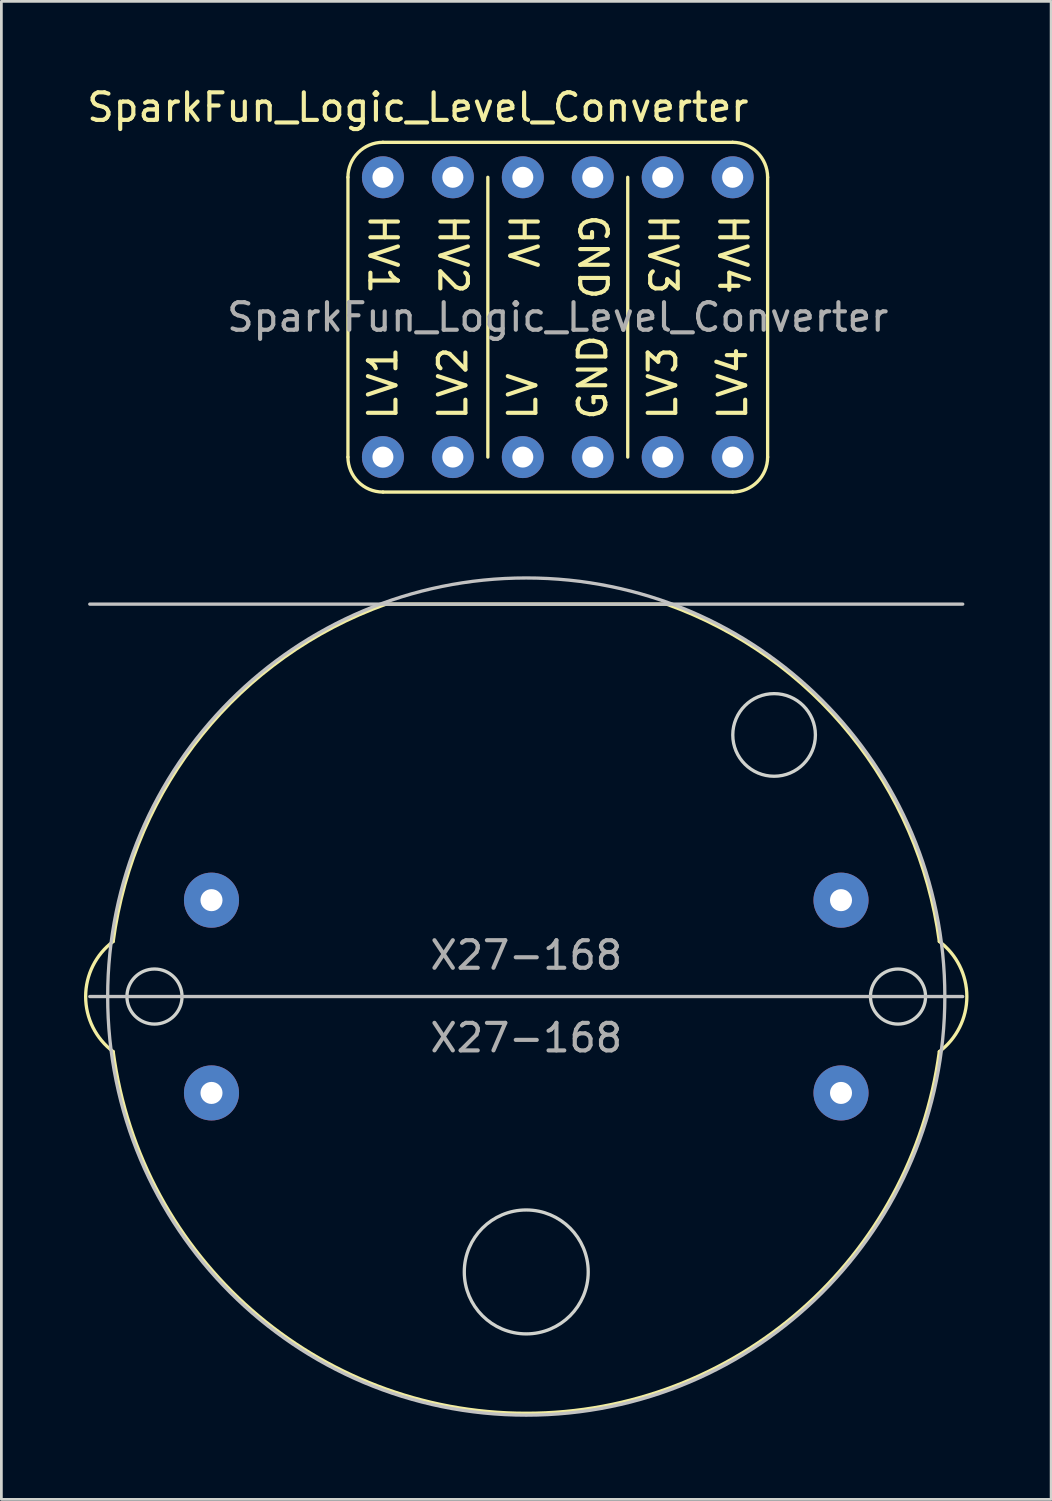
<source format=kicad_pcb>
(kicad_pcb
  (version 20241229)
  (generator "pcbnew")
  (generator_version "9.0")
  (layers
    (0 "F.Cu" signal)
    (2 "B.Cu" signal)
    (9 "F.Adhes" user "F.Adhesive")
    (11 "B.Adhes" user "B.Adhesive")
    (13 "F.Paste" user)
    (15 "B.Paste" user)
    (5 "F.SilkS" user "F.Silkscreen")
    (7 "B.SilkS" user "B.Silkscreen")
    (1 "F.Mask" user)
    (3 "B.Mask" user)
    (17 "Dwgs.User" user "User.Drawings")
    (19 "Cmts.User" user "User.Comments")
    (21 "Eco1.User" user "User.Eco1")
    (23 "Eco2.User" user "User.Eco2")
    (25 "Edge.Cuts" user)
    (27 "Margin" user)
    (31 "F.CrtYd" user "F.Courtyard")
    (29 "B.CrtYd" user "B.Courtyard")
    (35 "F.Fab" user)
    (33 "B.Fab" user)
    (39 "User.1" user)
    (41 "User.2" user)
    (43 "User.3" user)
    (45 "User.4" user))
  (footprint "X27-168"
    (layer "F.Cu")
    (at 16.06 33.138)
    (property "Reference" "X27-168" (at 0 -1.5 0) (unlocked yes) (layer "F.Fab") (effects (font (size 1 1) (thickness 0.15))))
    (attr through_hole)
    (fp_line (start -5.09 -14.251) (end 5.09 -14.251) (stroke (width 0.12) (type default)) (layer "F.SilkS"))
    (fp_arc (start -15 2) (mid -16 0) (end -15 -2) (stroke (width 0.12) (type default)) (layer "F.SilkS"))
    (fp_arc (start -14.999999 -2) (mid -11.765268 -9.51727) (end -5.089693 -14.25114) (stroke (width 0.12) (type default)) (layer "F.SilkS"))
    (fp_arc (start 5.089693 -14.251139) (mid 11.765267 -9.51727) (end 14.999998 -2.000001) (stroke (width 0.12) (type default)) (layer "F.SilkS"))
    (fp_arc (start 14.999999 2) (mid 0 15.132745) (end -14.999999 2) (stroke (width 0.12) (type default)) (layer "F.SilkS"))
    (fp_arc (start 15 -2) (mid 16 0) (end 15 2) (stroke (width 0.12) (type default)) (layer "F.SilkS"))
    (fp_line (start 15.85 -14.25) (end -15.85 -14.25) (stroke (width 0.12) (type default)) (layer "Dwgs.User"))
    (fp_line (start 15.85 0) (end -15.85 0) (stroke (width 0.12) (type default)) (layer "Dwgs.User"))
    (fp_circle (center 0 0) (end -15.2 0) (stroke (width 0.12) (type default)) (fill no) (layer "Dwgs.User"))
    (fp_circle (center -13.5 0) (end -12.5 0) (stroke (width 0.12) (type default)) (fill no) (layer "Edge.Cuts"))
    (fp_circle (center 0 10) (end 2.25 10) (stroke (width 0.12) (type default)) (fill no) (layer "Edge.Cuts"))
    (fp_circle (center 9 -9.5) (end 10.5 -9.5) (stroke (width 0.12) (type default)) (fill no) (layer "Edge.Cuts"))
    (fp_circle (center 13.5 0) (end 14.5 0) (stroke (width 0.12) (type default)) (fill no) (layer "Edge.Cuts"))
    (fp_text user "${REFERENCE}" (at 0 1.5 0) (unlocked yes) (layer "F.Fab") (effects (font (size 1 1) (thickness 0.15))))
    (pad "1" thru_hole circle (at -11.43 -3.5) (size 2 2) (drill 0.8) (layers "*.Cu" "*.Mask"))
    (pad "2" thru_hole circle (at -11.43 3.5) (size 2 2) (drill 0.8) (layers "*.Cu" "*.Mask"))
    (pad "3" thru_hole circle (at 11.43 -3.5) (size 2 2) (drill 0.8) (layers "*.Cu" "*.Mask"))
    (pad "4" thru_hole circle (at 11.43 3.5) (size 2 2) (drill 0.8) (layers "*.Cu" "*.Mask")))
  (footprint "SparkFun_Logic_Level_Converter"
    (layer "F.Cu")
    (at 17.205 8.468)
    (property "Reference" "SparkFun_Logic_Level_Converter" (at -5.08 -7.62 0) (unlocked yes) (layer "F.SilkS") (effects (font (size 1 1) (thickness 0.15))))
    (attr through_hole)
    (fp_line (start -7.62 5.08) (end -7.62 -5.08) (stroke (width 0.12) (type solid)) (layer "F.SilkS"))
    (fp_line (start -6.35 -6.35) (end 6.35 -6.35) (stroke (width 0.12) (type solid)) (layer "F.SilkS"))
    (fp_line (start -2.54 -5.08) (end -2.54 5.08) (stroke (width 0.12) (type solid)) (layer "F.SilkS"))
    (fp_line (start 2.54 -5.08) (end 2.54 5.08) (stroke (width 0.12) (type solid)) (layer "F.SilkS"))
    (fp_line (start 6.35 6.35) (end -6.35 6.35) (stroke (width 0.12) (type solid)) (layer "F.SilkS"))
    (fp_line (start 7.62 -5.08) (end 7.62 5.08) (stroke (width 0.12) (type solid)) (layer "F.SilkS"))
    (fp_arc (start -7.62 -5.08) (mid -7.248026 -5.978026) (end -6.35 -6.35) (stroke (width 0.12) (type solid)) (layer "F.SilkS"))
    (fp_arc (start -6.35 6.35) (mid -7.248026 5.978026) (end -7.62 5.08) (stroke (width 0.12) (type solid)) (layer "F.SilkS"))
    (fp_arc (start 6.35 -6.35) (mid 7.248026 -5.978026) (end 7.62 -5.08) (stroke (width 0.12) (type solid)) (layer "F.SilkS"))
    (fp_arc (start 7.62 5.08) (mid 7.248026 5.978026) (end 6.35 6.35) (stroke (width 0.12) (type solid)) (layer "F.SilkS"))
    (fp_text user "HV" (at -1.27 -3.81 270) (unlocked yes) (layer "F.SilkS") (effects (font (size 1 1) (thickness 0.15)) (justify left)))
    (fp_text user "HV1" (at -6.35 -3.81 270) (unlocked yes) (layer "F.SilkS") (effects (font (size 1 1) (thickness 0.15)) (justify left)))
    (fp_text user "LV4" (at 6.35 3.81 90) (unlocked yes) (layer "F.SilkS") (effects (font (size 1 1) (thickness 0.15)) (justify left)))
    (fp_text user "LV" (at -1.27 3.81 90) (unlocked yes) (layer "F.SilkS") (effects (font (size 1 1) (thickness 0.15)) (justify left)))
    (fp_text user "HV4" (at 6.35 -3.81 270) (unlocked yes) (layer "F.SilkS") (effects (font (size 1 1) (thickness 0.15)) (justify left)))
    (fp_text user "GND" (at 1.27 3.81 90) (unlocked yes) (layer "F.SilkS") (effects (font (size 1 1) (thickness 0.15)) (justify left)))
    (fp_text user "HV2" (at -3.81 -3.81 270) (unlocked yes) (layer "F.SilkS") (effects (font (size 1 1) (thickness 0.15)) (justify left)))
    (fp_text user "LV1" (at -6.35 3.81 90) (unlocked yes) (layer "F.SilkS") (effects (font (size 1 1) (thickness 0.15)) (justify left)))
    (fp_text user "HV3" (at 3.81 -3.81 270) (unlocked yes) (layer "F.SilkS") (effects (font (size 1 1) (thickness 0.15)) (justify left)))
    (fp_text user "GND" (at 1.27 -3.81 270) (unlocked yes) (layer "F.SilkS") (effects (font (size 1 1) (thickness 0.15)) (justify left)))
    (fp_text user "LV2" (at -3.81 3.81 90) (unlocked yes) (layer "F.SilkS") (effects (font (size 1 1) (thickness 0.15)) (justify left)))
    (fp_text user "LV3" (at 3.81 3.81 90) (unlocked yes) (layer "F.SilkS") (effects (font (size 1 1) (thickness 0.15)) (justify left)))
    (fp_text user "${REFERENCE}" (at 0 0 0) (unlocked yes) (layer "F.Fab") (effects (font (size 1 1) (thickness 0.15))))
    (pad "1" thru_hole circle (at -6.35 5.08) (size 1.524 1.524) (drill 0.762) (layers "*.Cu" "*.Mask"))
    (pad "2" thru_hole circle (at -3.81 5.08) (size 1.524 1.524) (drill 0.762) (layers "*.Cu" "*.Mask"))
    (pad "3" thru_hole circle (at -1.27 5.08) (size 1.524 1.524) (drill 0.762) (layers "*.Cu" "*.Mask"))
    (pad "4" thru_hole circle (at 1.27 5.08) (size 1.524 1.524) (drill 0.762) (layers "*.Cu" "*.Mask"))
    (pad "5" thru_hole circle (at 3.81 5.08) (size 1.524 1.524) (drill 0.762) (layers "*.Cu" "*.Mask"))
    (pad "6" thru_hole circle (at 6.35 5.08) (size 1.524 1.524) (drill 0.762) (layers "*.Cu" "*.Mask"))
    (pad "7" thru_hole circle (at -6.35 -5.08) (size 1.524 1.524) (drill 0.762) (layers "*.Cu" "*.Mask"))
    (pad "8" thru_hole circle (at -3.81 -5.08) (size 1.524 1.524) (drill 0.762) (layers "*.Cu" "*.Mask"))
    (pad "9" thru_hole circle (at -1.27 -5.08) (size 1.524 1.524) (drill 0.762) (layers "*.Cu" "*.Mask"))
    (pad "10" thru_hole circle (at 1.27 -5.08) (size 1.524 1.524) (drill 0.762) (layers "*.Cu" "*.Mask"))
    (pad "11" thru_hole circle (at 3.81 -5.08) (size 1.524 1.524) (drill 0.762) (layers "*.Cu" "*.Mask"))
    (pad "12" thru_hole circle (at 6.35 -5.08) (size 1.524 1.524) (drill 0.762) (layers "*.Cu" "*.Mask")))
  (gr_rect
    (start -3 -3)
    (end 35.12 51.398)
    (stroke (width 0.1) (type default))
    (fill no)
    (layer "Edge.Cuts")))
</source>
